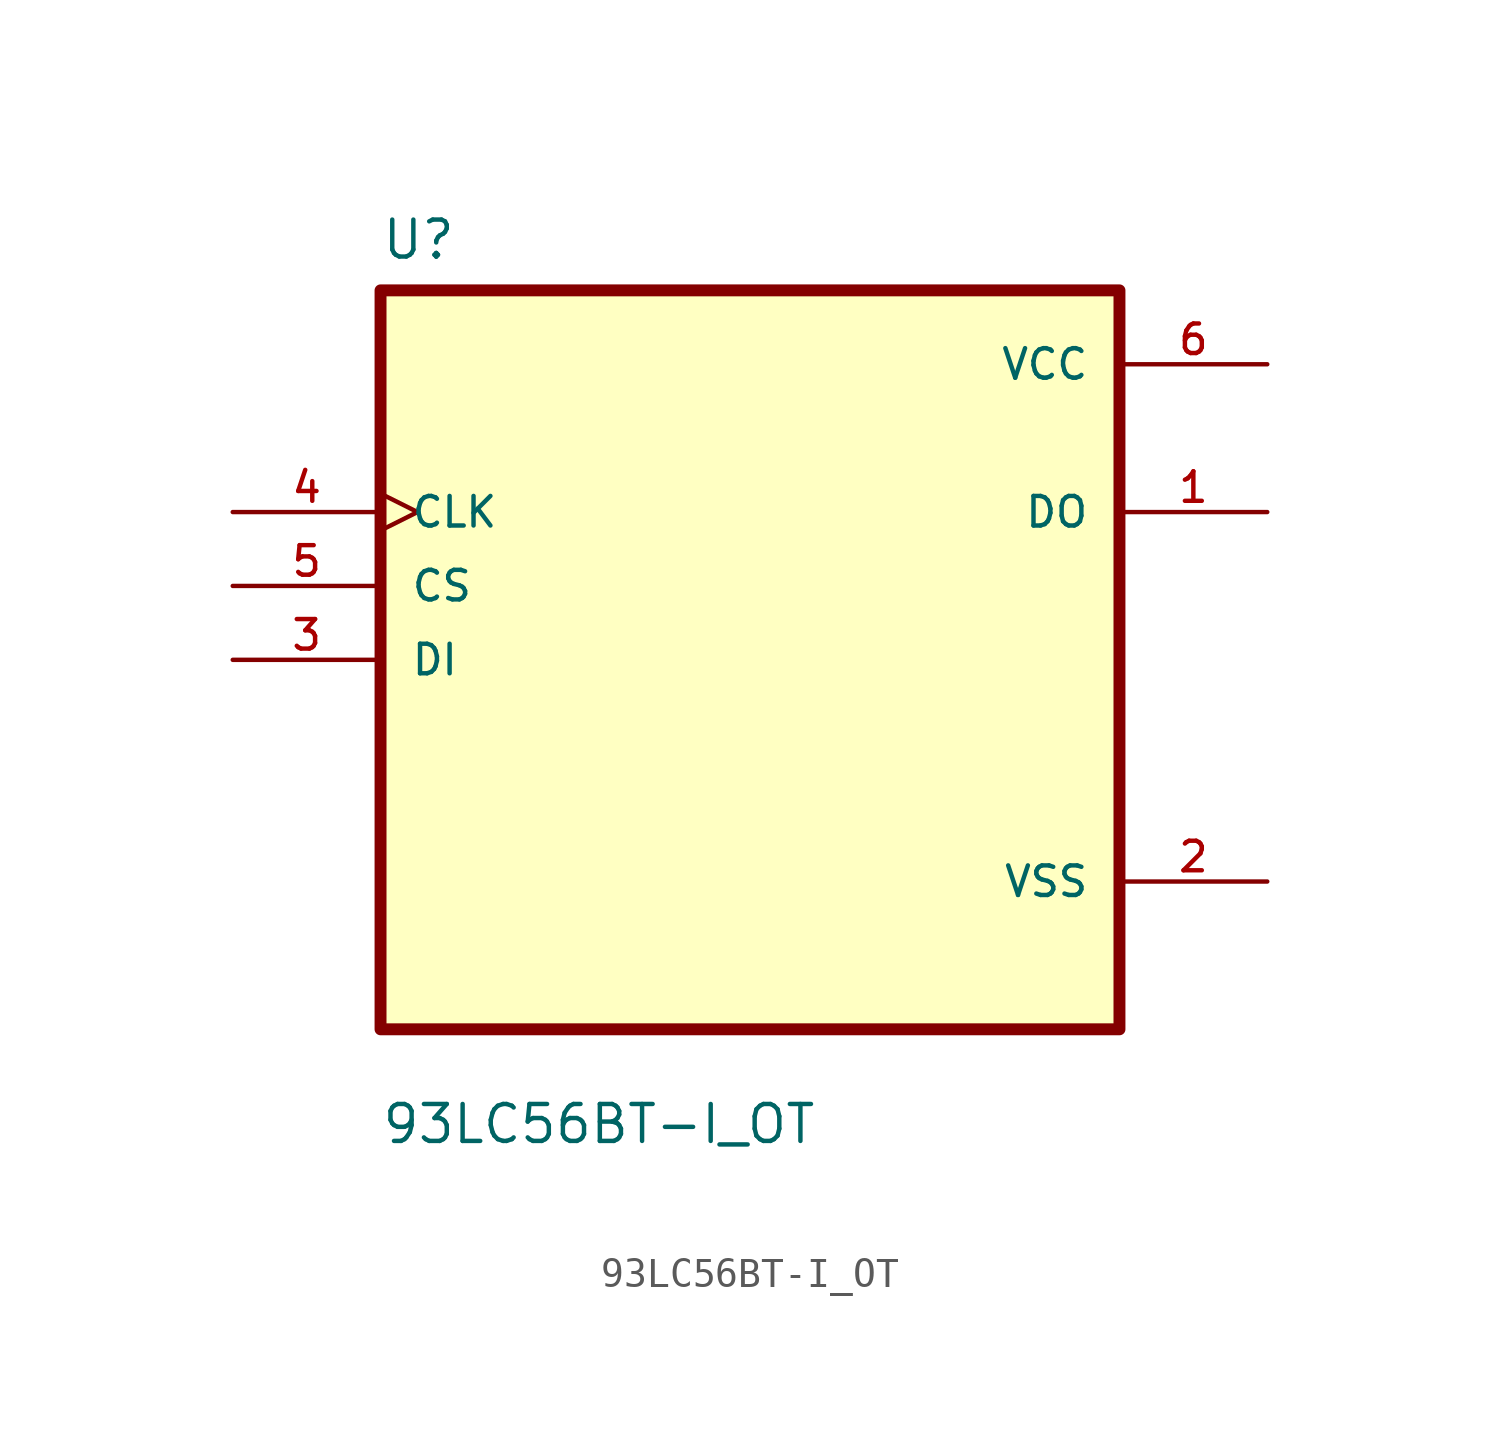
<source format=kicad_sym>
(kicad_symbol_lib
  (version 20211014)
  (generator kicad_symbol_editor)
  (symbol "93LC56BT-I_OT"
    (pin_names
      (offset 1.016))
    (property "Reference" "U"
      (at -12.7 13.7 0.0)
      (effects (font (size 1.27 1.27)) (justify bottom left)))
    (property "Value" "93LC56BT-I_OT"
      (at -12.7 -16.7 0.0)
      (effects (font (size 1.27 1.27)) (justify bottom left)))
    (symbol "93LC56BT-I_OT_0_0"
      (rectangle (start -12.7 -12.7) (end 12.7 12.7) (stroke (width 0.41)) (fill (type background)))
      (pin input clock (at -17.78 5.08 0) (length 5.08) (name "CLK" (effects (font (size 1.016 1.016)))) (number "4" (effects (font (size 1.016 1.016)))))
      (pin input line (at -17.78 2.54 0) (length 5.08) (name "CS" (effects (font (size 1.016 1.016)))) (number "5" (effects (font (size 1.016 1.016)))))
      (pin input line (at -17.78 -8.88178e-16 0) (length 5.08) (name "DI" (effects (font (size 1.016 1.016)))) (number "3" (effects (font (size 1.016 1.016)))))
      (pin power_in line (at 17.78 10.16 180.0) (length 5.08) (name "VCC" (effects (font (size 1.016 1.016)))) (number "6" (effects (font (size 1.016 1.016)))))
      (pin output line (at 17.78 5.08 180.0) (length 5.08) (name "DO" (effects (font (size 1.016 1.016)))) (number "1" (effects (font (size 1.016 1.016)))))
      (pin power_in line (at 17.78 -7.62 180.0) (length 5.08) (name "VSS" (effects (font (size 1.016 1.016)))) (number "2" (effects (font (size 1.016 1.016))))))))
</source>
